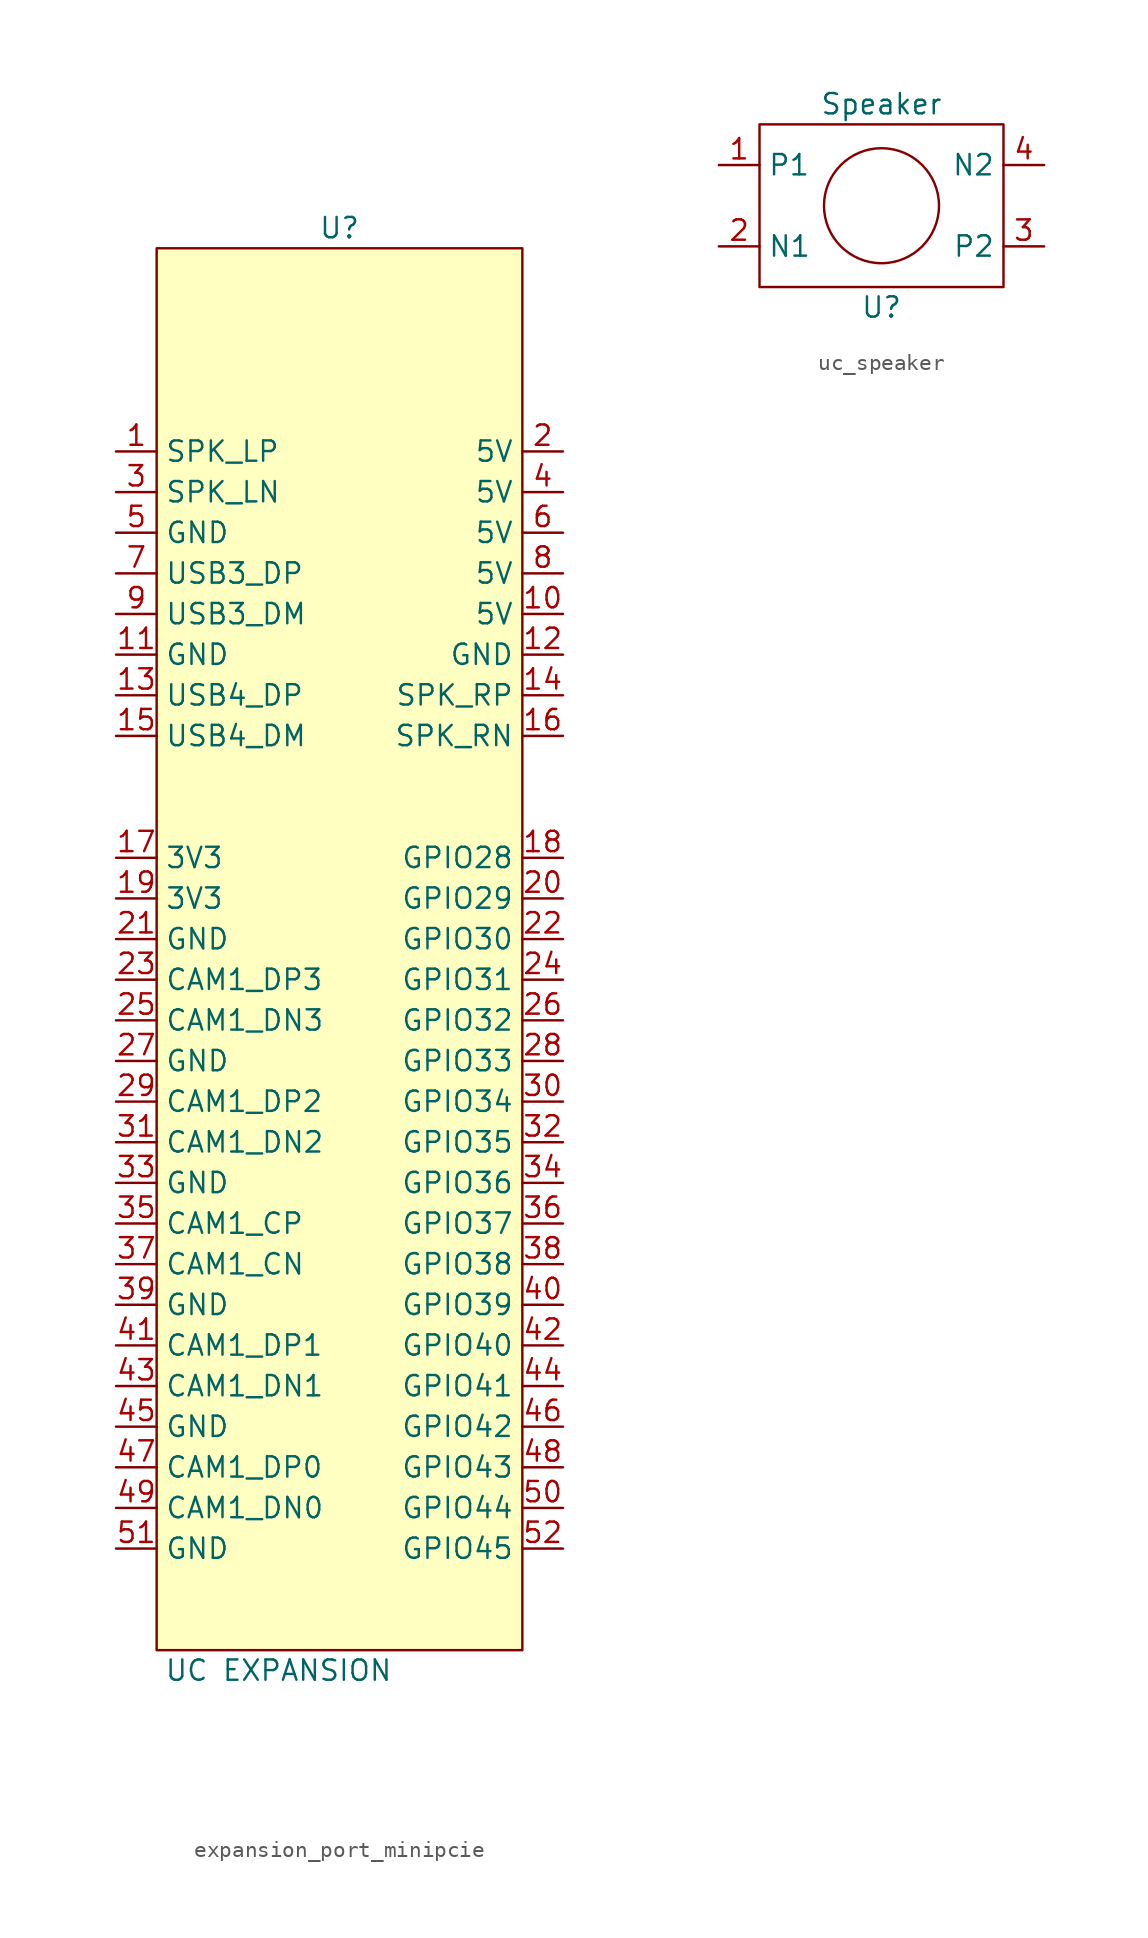
<source format=kicad_sym>
(kicad_symbol_lib
  (version 20231120)
  (generator "kicad_symbol_editor")
  (generator_version "8.0")
  (symbol "expansion_port_minipcie"
    (property "Reference" "U"
      (at 0 44.45 0)
      (effects (font (size 1.27 1.27))))
    (property "Value" "UC EXPANSION"
      (at -3.81 -45.72 0)
      (effects (font (size 1.27 1.27))))
    (symbol "expansion_port_minipcie_0_0"
      (pin output line (at -13.97 30.48 0) (length 2.54) (name "SPK_LP" (effects (font (size 1.27 1.27)))) (number "1" (effects (font (size 1.27 1.27)))))
      (pin power_out line (at 13.97 20.32 180) (length 2.54) (name "5V" (effects (font (size 1.27 1.27)))) (number "10" (effects (font (size 1.27 1.27)))))
      (pin power_out line (at -13.97 17.78 0) (length 2.54) (name "GND" (effects (font (size 1.27 1.27)))) (number "11" (effects (font (size 1.27 1.27)))))
      (pin power_out line (at 13.97 17.78 180) (length 2.54) (name "GND" (effects (font (size 1.27 1.27)))) (number "12" (effects (font (size 1.27 1.27)))))
      (pin bidirectional line (at -13.97 15.24 0) (length 2.54) (name "USB4_DP" (effects (font (size 1.27 1.27)))) (number "13" (effects (font (size 1.27 1.27)))))
      (pin output line (at 13.97 15.24 180) (length 2.54) (name "SPK_RP" (effects (font (size 1.27 1.27)))) (number "14" (effects (font (size 1.27 1.27)))))
      (pin bidirectional line (at -13.97 12.7 0) (length 2.54) (name "USB4_DM" (effects (font (size 1.27 1.27)))) (number "15" (effects (font (size 1.27 1.27)))))
      (pin output line (at 13.97 12.7 180) (length 2.54) (name "SPK_RN" (effects (font (size 1.27 1.27)))) (number "16" (effects (font (size 1.27 1.27)))))
      (pin power_out line (at -13.97 5.08 0) (length 2.54) (name "3V3" (effects (font (size 1.27 1.27)))) (number "17" (effects (font (size 1.27 1.27)))))
      (pin bidirectional line (at 13.97 5.08 180) (length 2.54) (name "GPIO28" (effects (font (size 1.27 1.27)))) (number "18" (effects (font (size 1.27 1.27)))))
      (pin power_out line (at -13.97 2.54 0) (length 2.54) (name "3V3" (effects (font (size 1.27 1.27)))) (number "19" (effects (font (size 1.27 1.27)))))
      (pin power_out line (at 13.97 30.48 180) (length 2.54) (name "5V" (effects (font (size 1.27 1.27)))) (number "2" (effects (font (size 1.27 1.27)))))
      (pin bidirectional line (at 13.97 2.54 180) (length 2.54) (name "GPIO29" (effects (font (size 1.27 1.27)))) (number "20" (effects (font (size 1.27 1.27)))))
      (pin power_out line (at -13.97 0 0) (length 2.54) (name "GND" (effects (font (size 1.27 1.27)))) (number "21" (effects (font (size 1.27 1.27)))))
      (pin bidirectional line (at 13.97 0 180) (length 2.54) (name "GPIO30" (effects (font (size 1.27 1.27)))) (number "22" (effects (font (size 1.27 1.27)))))
      (pin bidirectional line (at -13.97 -2.54 0) (length 2.54) (name "CAM1_DP3" (effects (font (size 1.27 1.27)))) (number "23" (effects (font (size 1.27 1.27)))))
      (pin bidirectional line (at 13.97 -2.54 180) (length 2.54) (name "GPIO31" (effects (font (size 1.27 1.27)))) (number "24" (effects (font (size 1.27 1.27)))))
      (pin bidirectional line (at -13.97 -5.08 0) (length 2.54) (name "CAM1_DN3" (effects (font (size 1.27 1.27)))) (number "25" (effects (font (size 1.27 1.27)))))
      (pin bidirectional line (at 13.97 -5.08 180) (length 2.54) (name "GPIO32" (effects (font (size 1.27 1.27)))) (number "26" (effects (font (size 1.27 1.27)))))
      (pin power_out line (at -13.97 -7.62 0) (length 2.54) (name "GND" (effects (font (size 1.27 1.27)))) (number "27" (effects (font (size 1.27 1.27)))))
      (pin bidirectional line (at 13.97 -7.62 180) (length 2.54) (name "GPIO33" (effects (font (size 1.27 1.27)))) (number "28" (effects (font (size 1.27 1.27)))))
      (pin bidirectional line (at -13.97 -10.16 0) (length 2.54) (name "CAM1_DP2" (effects (font (size 1.27 1.27)))) (number "29" (effects (font (size 1.27 1.27)))))
      (pin output line (at -13.97 27.94 0) (length 2.54) (name "SPK_LN" (effects (font (size 1.27 1.27)))) (number "3" (effects (font (size 1.27 1.27)))))
      (pin bidirectional line (at 13.97 -10.16 180) (length 2.54) (name "GPIO34" (effects (font (size 1.27 1.27)))) (number "30" (effects (font (size 1.27 1.27)))))
      (pin bidirectional line (at -13.97 -12.7 0) (length 2.54) (name "CAM1_DN2" (effects (font (size 1.27 1.27)))) (number "31" (effects (font (size 1.27 1.27)))))
      (pin bidirectional line (at 13.97 -12.7 180) (length 2.54) (name "GPIO35" (effects (font (size 1.27 1.27)))) (number "32" (effects (font (size 1.27 1.27)))))
      (pin power_out line (at -13.97 -15.24 0) (length 2.54) (name "GND" (effects (font (size 1.27 1.27)))) (number "33" (effects (font (size 1.27 1.27)))))
      (pin bidirectional line (at 13.97 -15.24 180) (length 2.54) (name "GPIO36" (effects (font (size 1.27 1.27)))) (number "34" (effects (font (size 1.27 1.27)))))
      (pin bidirectional line (at -13.97 -17.78 0) (length 2.54) (name "CAM1_CP" (effects (font (size 1.27 1.27)))) (number "35" (effects (font (size 1.27 1.27)))))
      (pin bidirectional line (at 13.97 -17.78 180) (length 2.54) (name "GPIO37" (effects (font (size 1.27 1.27)))) (number "36" (effects (font (size 1.27 1.27)))))
      (pin bidirectional line (at -13.97 -20.32 0) (length 2.54) (name "CAM1_CN" (effects (font (size 1.27 1.27)))) (number "37" (effects (font (size 1.27 1.27)))))
      (pin bidirectional line (at 13.97 -20.32 180) (length 2.54) (name "GPIO38" (effects (font (size 1.27 1.27)))) (number "38" (effects (font (size 1.27 1.27)))))
      (pin power_out line (at -13.97 -22.86 0) (length 2.54) (name "GND" (effects (font (size 1.27 1.27)))) (number "39" (effects (font (size 1.27 1.27)))))
      (pin power_out line (at 13.97 27.94 180) (length 2.54) (name "5V" (effects (font (size 1.27 1.27)))) (number "4" (effects (font (size 1.27 1.27)))))
      (pin bidirectional line (at 13.97 -22.86 180) (length 2.54) (name "GPIO39" (effects (font (size 1.27 1.27)))) (number "40" (effects (font (size 1.27 1.27)))))
      (pin bidirectional line (at -13.97 -25.4 0) (length 2.54) (name "CAM1_DP1" (effects (font (size 1.27 1.27)))) (number "41" (effects (font (size 1.27 1.27)))))
      (pin bidirectional line (at 13.97 -25.4 180) (length 2.54) (name "GPIO40" (effects (font (size 1.27 1.27)))) (number "42" (effects (font (size 1.27 1.27)))))
      (pin bidirectional line (at -13.97 -27.94 0) (length 2.54) (name "CAM1_DN1" (effects (font (size 1.27 1.27)))) (number "43" (effects (font (size 1.27 1.27)))))
      (pin bidirectional line (at 13.97 -27.94 180) (length 2.54) (name "GPIO41" (effects (font (size 1.27 1.27)))) (number "44" (effects (font (size 1.27 1.27)))))
      (pin power_out line (at -13.97 -30.48 0) (length 2.54) (name "GND" (effects (font (size 1.27 1.27)))) (number "45" (effects (font (size 1.27 1.27)))))
      (pin bidirectional line (at 13.97 -30.48 180) (length 2.54) (name "GPIO42" (effects (font (size 1.27 1.27)))) (number "46" (effects (font (size 1.27 1.27)))))
      (pin bidirectional line (at -13.97 -33.02 0) (length 2.54) (name "CAM1_DP0" (effects (font (size 1.27 1.27)))) (number "47" (effects (font (size 1.27 1.27)))))
      (pin bidirectional line (at 13.97 -33.02 180) (length 2.54) (name "GPIO43" (effects (font (size 1.27 1.27)))) (number "48" (effects (font (size 1.27 1.27)))))
      (pin bidirectional line (at -13.97 -35.56 0) (length 2.54) (name "CAM1_DN0" (effects (font (size 1.27 1.27)))) (number "49" (effects (font (size 1.27 1.27)))))
      (pin power_out line (at -13.97 25.4 0) (length 2.54) (name "GND" (effects (font (size 1.27 1.27)))) (number "5" (effects (font (size 1.27 1.27)))))
      (pin bidirectional line (at 13.97 -35.56 180) (length 2.54) (name "GPIO44" (effects (font (size 1.27 1.27)))) (number "50" (effects (font (size 1.27 1.27)))))
      (pin power_out line (at -13.97 -38.1 0) (length 2.54) (name "GND" (effects (font (size 1.27 1.27)))) (number "51" (effects (font (size 1.27 1.27)))))
      (pin bidirectional line (at 13.97 -38.1 180) (length 2.54) (name "GPIO45" (effects (font (size 1.27 1.27)))) (number "52" (effects (font (size 1.27 1.27)))))
      (pin power_out line (at 13.97 25.4 180) (length 2.54) (name "5V" (effects (font (size 1.27 1.27)))) (number "6" (effects (font (size 1.27 1.27)))))
      (pin bidirectional line (at -13.97 22.86 0) (length 2.54) (name "USB3_DP" (effects (font (size 1.27 1.27)))) (number "7" (effects (font (size 1.27 1.27)))))
      (pin power_out line (at 13.97 22.86 180) (length 2.54) (name "5V" (effects (font (size 1.27 1.27)))) (number "8" (effects (font (size 1.27 1.27)))))
      (pin bidirectional line (at -13.97 20.32 0) (length 2.54) (name "USB3_DM" (effects (font (size 1.27 1.27)))) (number "9" (effects (font (size 1.27 1.27))))))
    (symbol "expansion_port_minipcie_1_1"
      (rectangle (start -11.43 43.18) (end 11.43 -44.45) (stroke (width 0) (type default)) (fill (type background)))))
  (symbol "uc_speaker"
    (property "Reference" "U"
      (at 0 -6.35 0)
      (effects (font (size 1.27 1.27))))
    (property "Value" "Speaker"
      (at 0 6.35 0)
      (effects (font (size 1.27 1.27))))
    (symbol "uc_speaker_0_1"
      (rectangle (start -7.62 5.08) (end 7.62 -5.08) (stroke (width 0) (type default)) (fill (type none)))
      (circle (center 0 0) (radius 3.592) (stroke (width 0) (type default)) (fill (type none))))
    (symbol "uc_speaker_1_1"
      (pin input line (at -10.16 2.54 0) (length 2.54) (name "P1" (effects (font (size 1.27 1.27)))) (number "1" (effects (font (size 1.27 1.27)))))
      (pin input line (at -10.16 -2.54 0) (length 2.54) (name "N1" (effects (font (size 1.27 1.27)))) (number "2" (effects (font (size 1.27 1.27)))))
      (pin input line (at 10.16 -2.54 180) (length 2.54) (name "P2" (effects (font (size 1.27 1.27)))) (number "3" (effects (font (size 1.27 1.27)))))
      (pin input line (at 10.16 2.54 180) (length 2.54) (name "N2" (effects (font (size 1.27 1.27)))) (number "4" (effects (font (size 1.27 1.27))))))))
</source>
